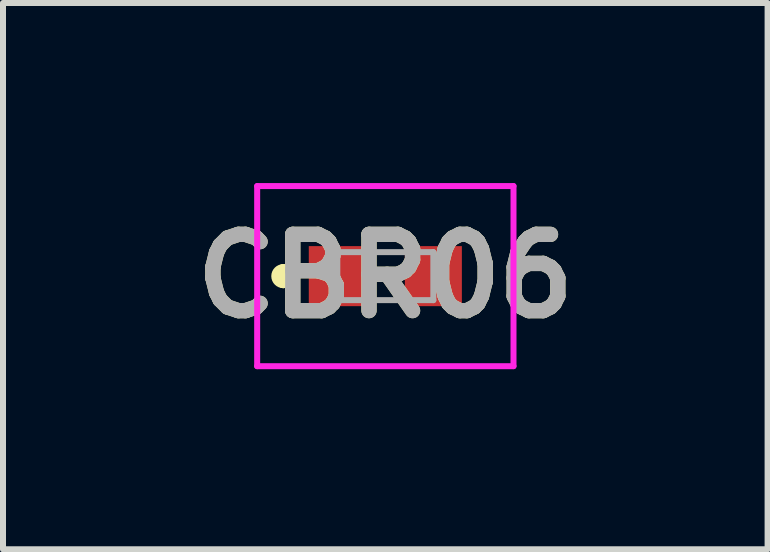
<source format=kicad_pcb>
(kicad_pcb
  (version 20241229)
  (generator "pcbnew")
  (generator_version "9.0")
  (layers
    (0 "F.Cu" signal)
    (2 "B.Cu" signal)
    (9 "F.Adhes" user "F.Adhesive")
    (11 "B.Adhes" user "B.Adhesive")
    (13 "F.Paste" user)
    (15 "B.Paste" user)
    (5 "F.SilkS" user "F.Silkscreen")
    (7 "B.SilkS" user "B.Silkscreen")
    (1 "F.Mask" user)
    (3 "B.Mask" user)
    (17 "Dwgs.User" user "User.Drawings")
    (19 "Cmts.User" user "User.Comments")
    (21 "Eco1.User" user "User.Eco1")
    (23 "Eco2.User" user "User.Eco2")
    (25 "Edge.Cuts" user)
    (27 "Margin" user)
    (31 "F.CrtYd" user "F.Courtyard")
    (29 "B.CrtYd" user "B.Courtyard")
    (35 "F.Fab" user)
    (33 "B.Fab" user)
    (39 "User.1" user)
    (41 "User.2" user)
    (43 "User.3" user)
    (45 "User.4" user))
  (footprint "CBR06"
    (layer "F.Cu")
    (at 3.369 1.55)
    (property "Reference" "CBR06" (at 0 0 0) (layer "F.SilkS") (effects (font (size 1.27 1.27) (thickness 0.254))))
    (attr smd)
    (fp_line (start -1.7 -0.1) (end -1.7 -0.1) (stroke (width 0.2) (type solid)) (layer "F.SilkS"))
    (fp_line (start -1.7 0.1) (end -1.7 0.1) (stroke (width 0.2) (type solid)) (layer "F.SilkS"))
    (fp_arc (start -1.7 -0.1) (mid -1.6 0) (end -1.7 0.1) (stroke (width 0.2) (type solid)) (layer "F.SilkS"))
    (fp_arc (start -1.7 0.1) (mid -1.8 0) (end -1.7 -0.1) (stroke (width 0.2) (type solid)) (layer "F.SilkS"))
    (fp_line (start -2.135 -1.5) (end 2.135 -1.5) (stroke (width 0.1) (type solid)) (layer "F.CrtYd"))
    (fp_line (start -2.135 1.5) (end -2.135 -1.5) (stroke (width 0.1) (type solid)) (layer "F.CrtYd"))
    (fp_line (start 2.135 -1.5) (end 2.135 1.5) (stroke (width 0.1) (type solid)) (layer "F.CrtYd"))
    (fp_line (start 2.135 1.5) (end -2.135 1.5) (stroke (width 0.1) (type solid)) (layer "F.CrtYd"))
    (fp_line (start -0.8 -0.4) (end 0.8 -0.4) (stroke (width 0.1) (type solid)) (layer "F.Fab"))
    (fp_line (start -0.8 0.4) (end -0.8 -0.4) (stroke (width 0.1) (type solid)) (layer "F.Fab"))
    (fp_line (start 0.8 -0.4) (end 0.8 0.4) (stroke (width 0.1) (type solid)) (layer "F.Fab"))
    (fp_line (start 0.8 0.4) (end -0.8 0.4) (stroke (width 0.1) (type solid)) (layer "F.Fab"))
    (fp_text user "${REFERENCE}" (at 0 0 0) (layer "F.Fab") (effects (font (size 1.27 1.27) (thickness 0.254))))
    (pad "1" smd rect (at -0.8 0) (size 0.95 1) (layers "F.Cu" "F.Mask" "F.Paste"))
    (pad "2" smd rect (at 0.8 0) (size 0.95 1) (layers "F.Cu" "F.Mask" "F.Paste")))
  (gr_rect
    (start -3 -3)
    (end 9.737 6.1)
    (stroke (width 0.1) (type default))
    (fill no)
    (layer "Edge.Cuts")))
</source>
